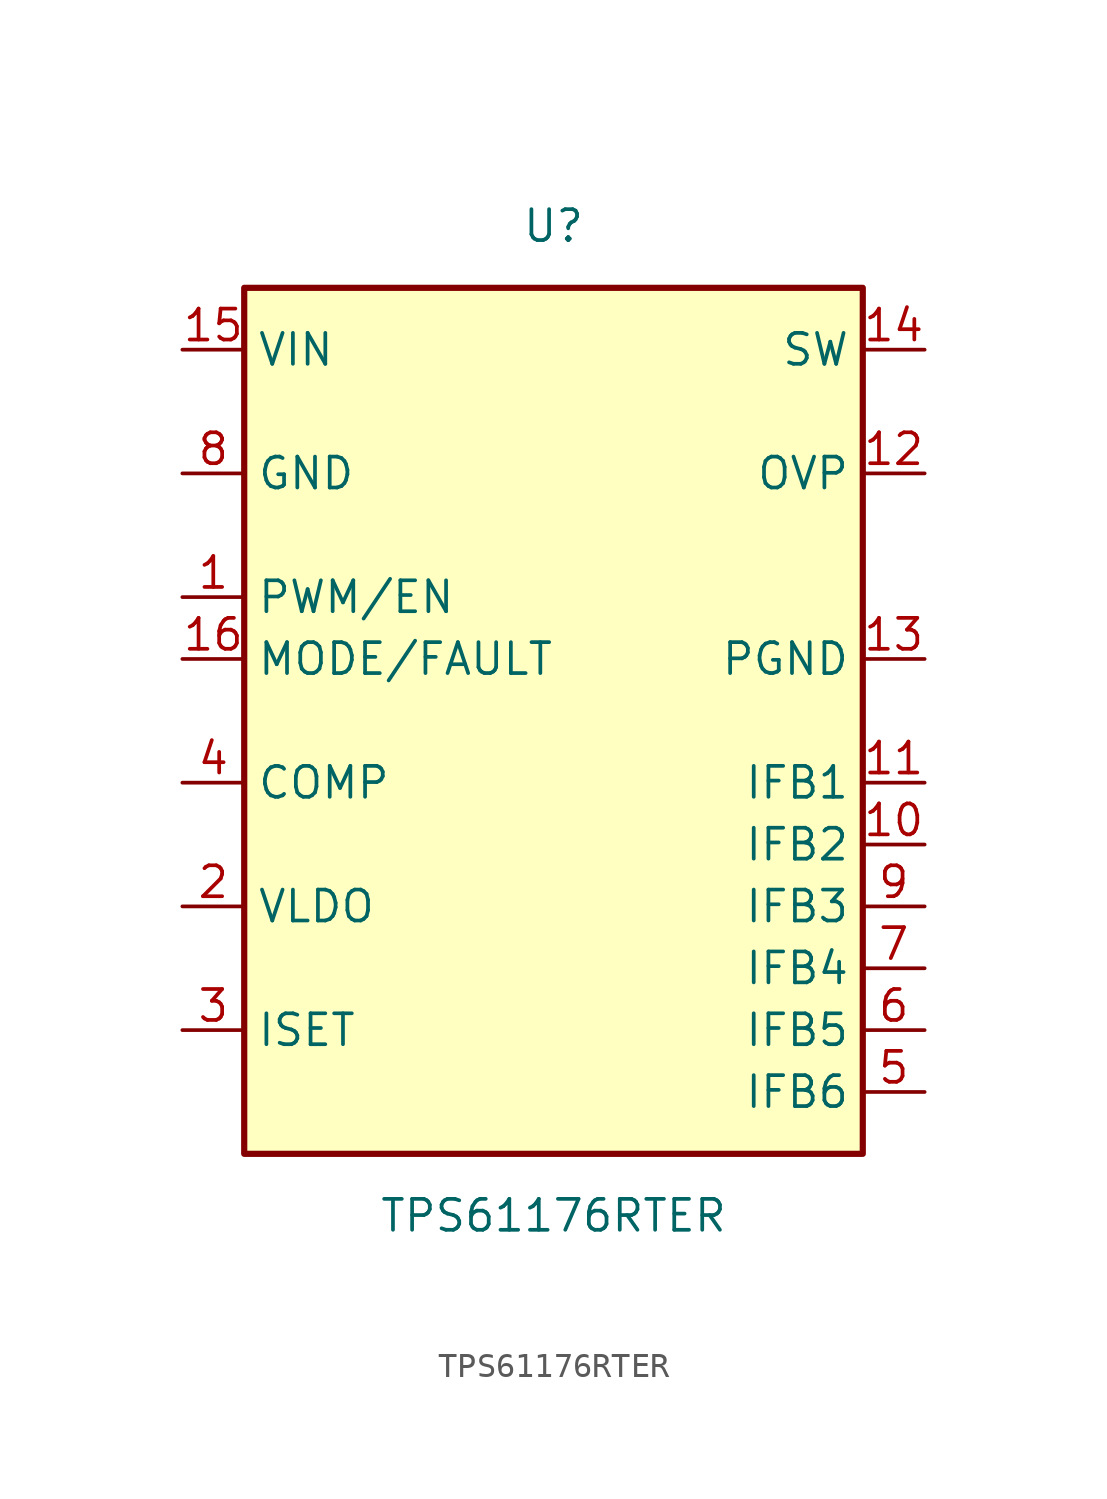
<source format=kicad_sym>
(kicad_symbol_lib
  (version 20231120)
  (generator "kicad_symbol_editor")
  (generator_version "8.0")
  (symbol "TPS61176RTER"
    (property "Reference" "U"
      (at 0 17.78 0)
      (effects (font (size 1.27 1.27))))
    (property "Value" "TPS61176RTER"
      (at 0 -22.86 0)
      (effects (font (size 1.27 1.27))))
    (symbol "TPS61176RTER_1_1"
      (rectangle (start -12.7 15.24) (end 12.7 -20.32) (stroke (width 0.254) (type solid) (color 132 0 0 1)) (fill (type background)))
      (pin input line (at -15.24 2.54 0) (length 2.54) (name "PWM/EN" (effects (font (size 1.27 1.27)))) (number "1" (effects (font (size 1.27 1.27)))))
      (pin input line (at 15.24 -7.62 180) (length 2.54) (name "IFB2" (effects (font (size 1.27 1.27)))) (number "10" (effects (font (size 1.27 1.27)))))
      (pin input line (at 15.24 -5.08 180) (length 2.54) (name "IFB1" (effects (font (size 1.27 1.27)))) (number "11" (effects (font (size 1.27 1.27)))))
      (pin input line (at 15.24 7.62 180) (length 2.54) (name "OVP" (effects (font (size 1.27 1.27)))) (number "12" (effects (font (size 1.27 1.27)))))
      (pin input line (at 15.24 0 180) (length 2.54) (name "PGND" (effects (font (size 1.27 1.27)))) (number "13" (effects (font (size 1.27 1.27)))))
      (pin input line (at 15.24 12.7 180) (length 2.54) (name "SW" (effects (font (size 1.27 1.27)))) (number "14" (effects (font (size 1.27 1.27)))))
      (pin input line (at -15.24 12.7 0) (length 2.54) (name "VIN" (effects (font (size 1.27 1.27)))) (number "15" (effects (font (size 1.27 1.27)))))
      (pin input line (at -15.24 0 0) (length 2.54) (name "MODE/FAULT" (effects (font (size 1.27 1.27)))) (number "16" (effects (font (size 1.27 1.27)))))
      (pin input line (at -15.24 -10.16 0) (length 2.54) (name "VLDO" (effects (font (size 1.27 1.27)))) (number "2" (effects (font (size 1.27 1.27)))))
      (pin input line (at -15.24 -15.24 0) (length 2.54) (name "ISET" (effects (font (size 1.27 1.27)))) (number "3" (effects (font (size 1.27 1.27)))))
      (pin input line (at -15.24 -5.08 0) (length 2.54) (name "COMP" (effects (font (size 1.27 1.27)))) (number "4" (effects (font (size 1.27 1.27)))))
      (pin input line (at 15.24 -17.78 180) (length 2.54) (name "IFB6" (effects (font (size 1.27 1.27)))) (number "5" (effects (font (size 1.27 1.27)))))
      (pin input line (at 15.24 -15.24 180) (length 2.54) (name "IFB5" (effects (font (size 1.27 1.27)))) (number "6" (effects (font (size 1.27 1.27)))))
      (pin input line (at 15.24 -12.7 180) (length 2.54) (name "IFB4" (effects (font (size 1.27 1.27)))) (number "7" (effects (font (size 1.27 1.27)))))
      (pin input line (at -15.24 7.62 0) (length 2.54) (name "GND" (effects (font (size 1.27 1.27)))) (number "8" (effects (font (size 1.27 1.27)))))
      (pin input line (at 15.24 -10.16 180) (length 2.54) (name "IFB3" (effects (font (size 1.27 1.27)))) (number "9" (effects (font (size 1.27 1.27))))))))
</source>
